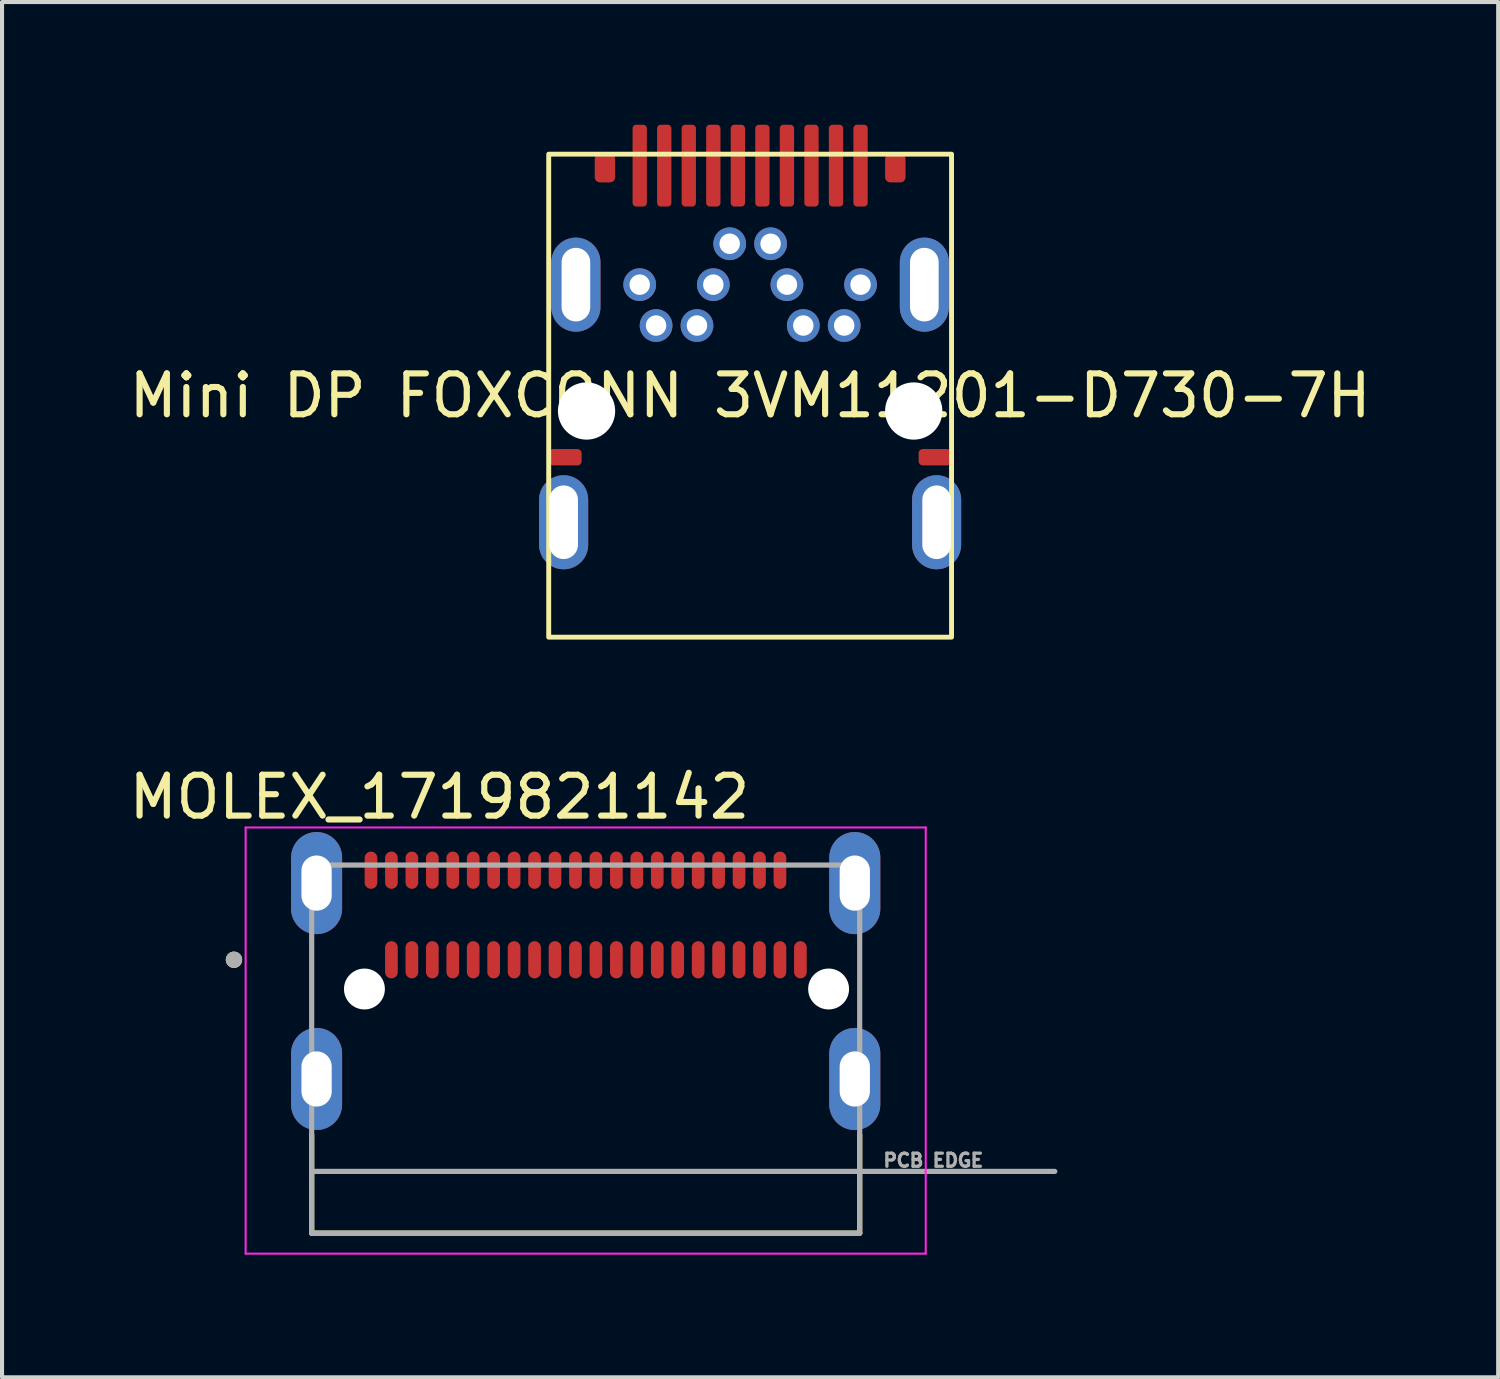
<source format=kicad_pcb>
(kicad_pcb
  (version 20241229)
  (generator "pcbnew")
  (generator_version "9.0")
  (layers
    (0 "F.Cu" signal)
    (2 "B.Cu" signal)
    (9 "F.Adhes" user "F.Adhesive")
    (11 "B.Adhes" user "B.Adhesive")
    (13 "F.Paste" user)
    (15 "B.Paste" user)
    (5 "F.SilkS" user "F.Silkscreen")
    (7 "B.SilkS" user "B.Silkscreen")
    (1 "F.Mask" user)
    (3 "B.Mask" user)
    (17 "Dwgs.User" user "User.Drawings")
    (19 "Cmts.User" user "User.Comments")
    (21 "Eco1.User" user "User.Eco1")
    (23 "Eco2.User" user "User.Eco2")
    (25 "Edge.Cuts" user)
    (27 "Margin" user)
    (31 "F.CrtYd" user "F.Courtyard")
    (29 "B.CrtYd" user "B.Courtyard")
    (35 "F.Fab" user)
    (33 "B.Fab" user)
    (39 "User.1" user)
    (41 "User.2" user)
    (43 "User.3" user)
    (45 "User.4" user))
  (footprint "MOLEX_1719821142"
    (layer "F.Cu")
    (at 11.271 19.323)
    (property "Reference" "MOLEX_1719821142" (at -3.575 -2.885 0) (layer "F.SilkS") (effects (font (size 1 1) (thickness 0.15))))
    (attr smd)
    (fp_line (start -6.7 7.78) (end -6.7 5.37) (stroke (width 0.127) (type solid)) (layer "F.SilkS"))
    (fp_line (start 6.7 5.37) (end 6.7 7.78) (stroke (width 0.127) (type solid)) (layer "F.SilkS"))
    (fp_line (start 6.7 7.78) (end -6.7 7.78) (stroke (width 0.127) (type solid)) (layer "F.SilkS"))
    (fp_circle (center -8.6 1.095) (end -8.5 1.095) (stroke (width 0.2) (type solid)) (fill no) (layer "F.SilkS"))
    (fp_line (start -8.315 -2.14) (end -8.315 8.28) (stroke (width 0.05) (type solid)) (layer "F.CrtYd"))
    (fp_line (start -8.315 8.28) (end 8.315 8.28) (stroke (width 0.05) (type solid)) (layer "F.CrtYd"))
    (fp_line (start 8.315 -2.14) (end -8.315 -2.14) (stroke (width 0.05) (type solid)) (layer "F.CrtYd"))
    (fp_line (start 8.315 8.28) (end 8.315 -2.14) (stroke (width 0.05) (type solid)) (layer "F.CrtYd"))
    (fp_line (start -6.7 -1.22) (end 6.7 -1.22) (stroke (width 0.127) (type solid)) (layer "F.Fab"))
    (fp_line (start -6.7 7.78) (end -6.7 -1.22) (stroke (width 0.127) (type solid)) (layer "F.Fab"))
    (fp_line (start 6.7 -1.22) (end 6.7 7.78) (stroke (width 0.127) (type solid)) (layer "F.Fab"))
    (fp_line (start 6.7 7.78) (end -6.7 7.78) (stroke (width 0.127) (type solid)) (layer "F.Fab"))
    (fp_line (start 11.47 6.27) (end -6.7 6.27) (stroke (width 0.127) (type solid)) (layer "F.Fab"))
    (fp_circle (center -8.6 1.095) (end -8.5 1.095) (stroke (width 0.2) (type solid)) (fill no) (layer "F.Fab"))
    (fp_text user "PCB EDGE" (at 8.5 6 0) (layer "F.Fab") (effects (font (size 0.32 0.32) (thickness 0.15))))
    (pad "" np_thru_hole circle (at -5.41 1.81) (size 1 1) (drill 1) (layers "*.Cu" "*.Mask"))
    (pad "" np_thru_hole circle (at 5.94 1.81) (size 1 1) (drill 1) (layers "*.Cu" "*.Mask"))
    (pad "A1" smd oval (at -4.75 1.095) (size 0.31 0.91) (layers "F.Cu" "F.Mask" "F.Paste"))
    (pad "A2" smd oval (at -4.25 1.095) (size 0.31 0.91) (layers "F.Cu" "F.Mask" "F.Paste"))
    (pad "A3" smd oval (at -3.75 1.095) (size 0.31 0.91) (layers "F.Cu" "F.Mask" "F.Paste"))
    (pad "A4" smd oval (at -3.25 1.095) (size 0.31 0.91) (layers "F.Cu" "F.Mask" "F.Paste"))
    (pad "A5" smd oval (at -2.75 1.095) (size 0.31 0.91) (layers "F.Cu" "F.Mask" "F.Paste"))
    (pad "A6" smd oval (at -2.25 1.095) (size 0.31 0.91) (layers "F.Cu" "F.Mask" "F.Paste"))
    (pad "A7" smd oval (at -1.75 1.095) (size 0.31 0.91) (layers "F.Cu" "F.Mask" "F.Paste"))
    (pad "A8" smd oval (at -1.25 1.095) (size 0.31 0.91) (layers "F.Cu" "F.Mask" "F.Paste"))
    (pad "A9" smd oval (at -0.75 1.095) (size 0.31 0.91) (layers "F.Cu" "F.Mask" "F.Paste"))
    (pad "A10" smd oval (at -0.25 1.095) (size 0.31 0.91) (layers "F.Cu" "F.Mask" "F.Paste"))
    (pad "A11" smd oval (at 0.25 1.095) (size 0.31 0.91) (layers "F.Cu" "F.Mask" "F.Paste"))
    (pad "A12" smd oval (at 0.75 1.095) (size 0.31 0.91) (layers "F.Cu" "F.Mask" "F.Paste"))
    (pad "A13" smd oval (at 1.25 1.095) (size 0.31 0.91) (layers "F.Cu" "F.Mask" "F.Paste"))
    (pad "A14" smd oval (at 1.75 1.095) (size 0.31 0.91) (layers "F.Cu" "F.Mask" "F.Paste"))
    (pad "A15" smd oval (at 2.25 1.095) (size 0.31 0.91) (layers "F.Cu" "F.Mask" "F.Paste"))
    (pad "A16" smd oval (at 2.75 1.095) (size 0.31 0.91) (layers "F.Cu" "F.Mask" "F.Paste"))
    (pad "A17" smd oval (at 3.25 1.095) (size 0.31 0.91) (layers "F.Cu" "F.Mask" "F.Paste"))
    (pad "A18" smd oval (at 3.75 1.095) (size 0.31 0.91) (layers "F.Cu" "F.Mask" "F.Paste"))
    (pad "A19" smd oval (at 4.25 1.095) (size 0.31 0.91) (layers "F.Cu" "F.Mask" "F.Paste"))
    (pad "A20" smd oval (at 4.75 1.095) (size 0.31 0.91) (layers "F.Cu" "F.Mask" "F.Paste"))
    (pad "A21" smd oval (at 5.25 1.095) (size 0.31 0.91) (layers "F.Cu" "F.Mask" "F.Paste"))
    (pad "B1" smd oval (at -5.25 -1.095) (size 0.31 0.91) (layers "F.Cu" "F.Mask" "F.Paste"))
    (pad "B2" smd oval (at -4.75 -1.095) (size 0.31 0.91) (layers "F.Cu" "F.Mask" "F.Paste"))
    (pad "B3" smd oval (at -4.25 -1.095) (size 0.31 0.91) (layers "F.Cu" "F.Mask" "F.Paste"))
    (pad "B4" smd oval (at -3.75 -1.095) (size 0.31 0.91) (layers "F.Cu" "F.Mask" "F.Paste"))
    (pad "B5" smd oval (at -3.25 -1.095) (size 0.31 0.91) (layers "F.Cu" "F.Mask" "F.Paste"))
    (pad "B6" smd oval (at -2.75 -1.095) (size 0.31 0.91) (layers "F.Cu" "F.Mask" "F.Paste"))
    (pad "B7" smd oval (at -2.25 -1.095) (size 0.31 0.91) (layers "F.Cu" "F.Mask" "F.Paste"))
    (pad "B8" smd oval (at -1.75 -1.095) (size 0.31 0.91) (layers "F.Cu" "F.Mask" "F.Paste"))
    (pad "B9" smd oval (at -1.25 -1.095) (size 0.31 0.91) (layers "F.Cu" "F.Mask" "F.Paste"))
    (pad "B10" smd oval (at -0.75 -1.095) (size 0.31 0.91) (layers "F.Cu" "F.Mask" "F.Paste"))
    (pad "B11" smd oval (at -0.25 -1.095) (size 0.31 0.91) (layers "F.Cu" "F.Mask" "F.Paste"))
    (pad "B12" smd oval (at 0.25 -1.095) (size 0.31 0.91) (layers "F.Cu" "F.Mask" "F.Paste"))
    (pad "B13" smd oval (at 0.75 -1.095) (size 0.31 0.91) (layers "F.Cu" "F.Mask" "F.Paste"))
    (pad "B14" smd oval (at 1.25 -1.095) (size 0.31 0.91) (layers "F.Cu" "F.Mask" "F.Paste"))
    (pad "B15" smd oval (at 1.75 -1.095) (size 0.31 0.91) (layers "F.Cu" "F.Mask" "F.Paste"))
    (pad "B16" smd oval (at 2.25 -1.095) (size 0.31 0.91) (layers "F.Cu" "F.Mask" "F.Paste"))
    (pad "B17" smd oval (at 2.75 -1.095) (size 0.31 0.91) (layers "F.Cu" "F.Mask" "F.Paste"))
    (pad "B18" smd oval (at 3.25 -1.095) (size 0.31 0.91) (layers "F.Cu" "F.Mask" "F.Paste"))
    (pad "B19" smd oval (at 3.75 -1.095) (size 0.31 0.91) (layers "F.Cu" "F.Mask" "F.Paste"))
    (pad "B20" smd oval (at 4.25 -1.095) (size 0.31 0.91) (layers "F.Cu" "F.Mask" "F.Paste"))
    (pad "B21" smd oval (at 4.75 -1.095) (size 0.31 0.91) (layers "F.Cu" "F.Mask" "F.Paste"))
    (pad "S1" thru_hole oval (at -6.58 -0.78) (size 1.248 2.496) (drill oval 0.74 1.35) (layers "*.Cu" "*.Mask"))
    (pad "S2" thru_hole oval (at -6.58 4.01) (size 1.248 2.496) (drill oval 0.74 1.35) (layers "*.Cu" "*.Mask"))
    (pad "S3" thru_hole oval (at 6.58 -0.78) (size 1.248 2.496) (drill oval 0.74 1.35) (layers "*.Cu" "*.Mask"))
    (pad "S4" thru_hole oval (at 6.58 4.01) (size 1.248 2.496) (drill oval 0.74 1.35) (layers "*.Cu" "*.Mask")))
  (footprint "Mini DP FOXCONN 3VM11201-D730-7H"
    (layer "F.Cu")
    (at 11.292 7)
    (property "Reference" "Mini DP FOXCONN 3VM11201-D730-7H" (at 4 -0.375 0) (unlocked yes) (layer "F.SilkS") (effects (font (size 1 1) (thickness 0.15))))
    (attr through_hole)
    (fp_rect (start -0.925 5.53) (end 8.925 -6.28) (stroke (width 0.12) (type solid)) (fill no) (layer "F.SilkS"))
    (pad "" np_thru_hole circle (at 0 0) (size 1.4 1.4) (drill 1.4) (layers "*.Cu" "*.Mask"))
    (pad "" np_thru_hole circle (at 8 0) (size 1.4 1.4) (drill 1.4) (layers "*.Cu" "*.Mask"))
    (pad "1" smd roundrect (at 6.7 -6) (size 0.35 2) (layers "F.Cu" "F.Mask" "F.Paste") (roundrect_rratio 0.25))
    (pad "2" thru_hole circle (at 6.7 -3.09) (size 0.8 0.8) (drill 0.5) (layers "*.Cu" "*.Mask"))
    (pad "3" smd roundrect (at 6.1 -6) (size 0.35 2) (layers "F.Cu" "F.Mask" "F.Paste") (roundrect_rratio 0.25))
    (pad "4" thru_hole circle (at 6.3 -2.09) (size 0.8 0.8) (drill 0.5) (layers "*.Cu" "*.Mask"))
    (pad "5" smd roundrect (at 5.5 -6) (size 0.35 2) (layers "F.Cu" "F.Mask" "F.Paste") (roundrect_rratio 0.25))
    (pad "6" thru_hole circle (at 5.3 -2.09) (size 0.8 0.8) (drill 0.5) (layers "*.Cu" "*.Mask"))
    (pad "7" smd roundrect (at 4.9 -6) (size 0.35 2) (layers "F.Cu" "F.Mask" "F.Paste") (roundrect_rratio 0.25))
    (pad "8" thru_hole circle (at 4.9 -3.09) (size 0.8 0.8) (drill 0.5) (layers "*.Cu" "*.Mask"))
    (pad "9" smd roundrect (at 4.3 -6) (size 0.35 2) (layers "F.Cu" "F.Mask" "F.Paste") (roundrect_rratio 0.25))
    (pad "10" thru_hole circle (at 4.5 -4.09) (size 0.8 0.8) (drill 0.5) (layers "*.Cu" "*.Mask"))
    (pad "11" smd roundrect (at 3.7 -6) (size 0.35 2) (layers "F.Cu" "F.Mask" "F.Paste") (roundrect_rratio 0.25))
    (pad "12" thru_hole circle (at 3.5 -4.09) (size 0.8 0.8) (drill 0.5) (layers "*.Cu" "*.Mask"))
    (pad "13" smd roundrect (at 3.1 -6) (size 0.35 2) (layers "F.Cu" "F.Mask" "F.Paste") (roundrect_rratio 0.25))
    (pad "14" thru_hole circle (at 3.1 -3.09) (size 0.8 0.8) (drill 0.5) (layers "*.Cu" "*.Mask"))
    (pad "15" smd roundrect (at 2.5 -6) (size 0.35 2) (layers "F.Cu" "F.Mask" "F.Paste") (roundrect_rratio 0.25))
    (pad "16" thru_hole circle (at 2.7 -2.09) (size 0.8 0.8) (drill 0.5) (layers "*.Cu" "*.Mask"))
    (pad "17" smd roundrect (at 1.9 -6) (size 0.35 2) (layers "F.Cu" "F.Mask" "F.Paste") (roundrect_rratio 0.25))
    (pad "18" thru_hole circle (at 1.7 -2.09) (size 0.8 0.8) (drill 0.5) (layers "*.Cu" "*.Mask"))
    (pad "19" smd roundrect (at 1.3 -6) (size 0.35 2) (layers "F.Cu" "F.Mask" "F.Paste") (roundrect_rratio 0.25))
    (pad "20" thru_hole circle (at 1.3 -3.09) (size 0.8 0.8) (drill 0.5) (layers "*.Cu" "*.Mask"))
    (pad "G" thru_hole oval (at -0.56 2.72) (size 1.2 2.3) (drill oval 0.7 1.8) (layers "*.Cu" "*.Mask"))
    (pad "G" smd roundrect (at -0.52 1.13) (size 0.8 0.4) (layers "F.Cu" "F.Mask" "F.Paste") (roundrect_rratio 0.25))
    (pad "G" thru_hole oval (at -0.26 -3.09) (size 1.2 2.3) (drill oval 0.7 1.8) (layers "*.Cu" "*.Mask"))
    (pad "G" smd roundrect (at 0.45 -5.94) (size 0.5 0.7) (layers "F.Cu" "F.Mask" "F.Paste") (roundrect_rratio 0.25))
    (pad "G" smd roundrect (at 7.55 -5.94) (size 0.5 0.7) (layers "F.Cu" "F.Mask" "F.Paste") (roundrect_rratio 0.25))
    (pad "G" thru_hole oval (at 8.26 -3.09) (size 1.2 2.3) (drill oval 0.7 1.8) (layers "*.Cu" "*.Mask"))
    (pad "G" smd roundrect (at 8.52 1.13) (size 0.8 0.4) (layers "F.Cu" "F.Mask" "F.Paste") (roundrect_rratio 0.25))
    (pad "G" thru_hole oval (at 8.56 2.72) (size 1.2 2.3) (drill oval 0.7 1.8) (layers "*.Cu" "*.Mask")))
  (gr_rect
    (start -3 -3)
    (end 33.583 30.628)
    (stroke (width 0.1) (type default))
    (fill no)
    (layer "Edge.Cuts")))
</source>
